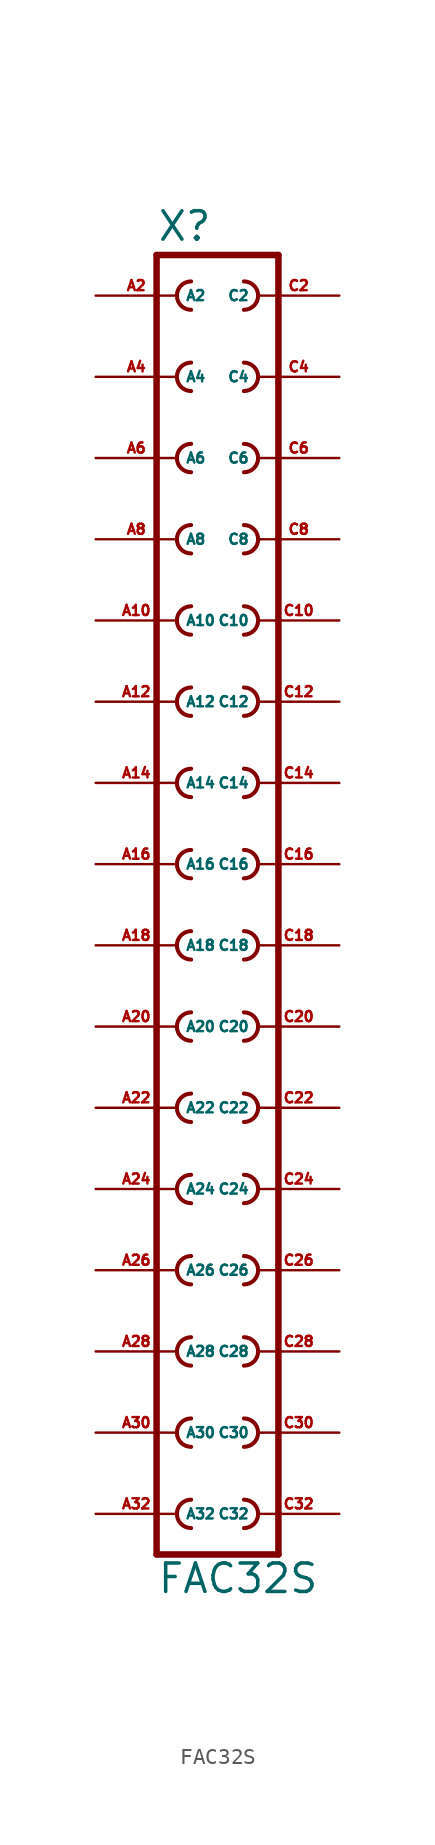
<source format=kicad_sym>
(kicad_symbol_lib
  (version 20220914)
  (generator Eagle2Kicad)
  (symbol "FAC32S"
    (property "Reference" "X"
      (at -3.81 38.862 0)
      (effects (font (size 1.778 1.778) (thickness 0.22)) (justify left bottom)))
    (property "Value" "FAC32S"
      (at -3.81 -45.72 0)
      (effects (font (size 1.778 1.778) (thickness 0.22)) (justify left bottom)))
    (polyline
      (pts (xy 3.81 -43.18) (xy -3.81 -43.18))
      (stroke (width 0.406) (type default))
      (fill (type none)))
    (polyline
      (pts (xy -3.81 38.1) (xy -3.81 -43.18))
      (stroke (width 0.406) (type default))
      (fill (type none)))
    (polyline
      (pts (xy -3.81 38.1) (xy 3.81 38.1))
      (stroke (width 0.406) (type default))
      (fill (type none)))
    (polyline
      (pts (xy 3.81 -43.18) (xy 3.81 38.1))
      (stroke (width 0.406) (type default))
      (fill (type none)))
    (arc
      (start -1.651 -39.751)
      (mid -2.540 -40.640)
      (end -1.651 -41.529)
      (stroke (width 0.254) (type default))
      (fill (type none)))
    (arc
      (start -1.651 -34.671)
      (mid -2.540 -35.560)
      (end -1.651 -36.449)
      (stroke (width 0.254) (type default))
      (fill (type none)))
    (arc
      (start -1.651 -29.591)
      (mid -2.540 -30.480)
      (end -1.651 -31.369)
      (stroke (width 0.254) (type default))
      (fill (type none)))
    (arc
      (start -1.651 -24.511)
      (mid -2.540 -25.400)
      (end -1.651 -26.289)
      (stroke (width 0.254) (type default))
      (fill (type none)))
    (arc
      (start -1.651 -19.431)
      (mid -2.540 -20.320)
      (end -1.651 -21.209)
      (stroke (width 0.254) (type default))
      (fill (type none)))
    (arc
      (start -1.651 -14.351)
      (mid -2.540 -15.240)
      (end -1.651 -16.129)
      (stroke (width 0.254) (type default))
      (fill (type none)))
    (arc
      (start -1.651 -9.271)
      (mid -2.540 -10.160)
      (end -1.651 -11.049)
      (stroke (width 0.254) (type default))
      (fill (type none)))
    (arc
      (start -1.651 -4.191)
      (mid -2.540 -5.080)
      (end -1.651 -5.969)
      (stroke (width 0.254) (type default))
      (fill (type none)))
    (arc
      (start -1.651 0.889)
      (mid -2.540 0.000)
      (end -1.651 -0.889)
      (stroke (width 0.254) (type default))
      (fill (type none)))
    (arc
      (start -1.651 5.969)
      (mid -2.540 5.080)
      (end -1.651 4.191)
      (stroke (width 0.254) (type default))
      (fill (type none)))
    (arc
      (start -1.651 11.049)
      (mid -2.540 10.160)
      (end -1.651 9.271)
      (stroke (width 0.254) (type default))
      (fill (type none)))
    (arc
      (start -1.651 16.129)
      (mid -2.540 15.240)
      (end -1.651 14.351)
      (stroke (width 0.254) (type default))
      (fill (type none)))
    (arc
      (start -1.651 21.209)
      (mid -2.540 20.320)
      (end -1.651 19.431)
      (stroke (width 0.254) (type default))
      (fill (type none)))
    (arc
      (start -1.651 26.289)
      (mid -2.540 25.400)
      (end -1.651 24.511)
      (stroke (width 0.254) (type default))
      (fill (type none)))
    (arc
      (start -1.651 31.369)
      (mid -2.540 30.480)
      (end -1.651 29.591)
      (stroke (width 0.254) (type default))
      (fill (type none)))
    (arc
      (start -1.651 36.449)
      (mid -2.540 35.560)
      (end -1.651 34.671)
      (stroke (width 0.254) (type default))
      (fill (type none)))
    (arc
      (start 1.651 -41.529)
      (mid 2.540 -40.640)
      (end 1.651 -39.751)
      (stroke (width 0.254) (type default))
      (fill (type none)))
    (arc
      (start 1.651 -36.449)
      (mid 2.540 -35.560)
      (end 1.651 -34.671)
      (stroke (width 0.254) (type default))
      (fill (type none)))
    (arc
      (start 1.651 -31.369)
      (mid 2.540 -30.480)
      (end 1.651 -29.591)
      (stroke (width 0.254) (type default))
      (fill (type none)))
    (arc
      (start 1.651 -26.289)
      (mid 2.540 -25.400)
      (end 1.651 -24.511)
      (stroke (width 0.254) (type default))
      (fill (type none)))
    (arc
      (start 1.651 -21.209)
      (mid 2.540 -20.320)
      (end 1.651 -19.431)
      (stroke (width 0.254) (type default))
      (fill (type none)))
    (arc
      (start 1.651 -16.129)
      (mid 2.540 -15.240)
      (end 1.651 -14.351)
      (stroke (width 0.254) (type default))
      (fill (type none)))
    (arc
      (start 1.651 -11.049)
      (mid 2.540 -10.160)
      (end 1.651 -9.271)
      (stroke (width 0.254) (type default))
      (fill (type none)))
    (arc
      (start 1.651 -5.969)
      (mid 2.540 -5.080)
      (end 1.651 -4.191)
      (stroke (width 0.254) (type default))
      (fill (type none)))
    (arc
      (start 1.651 -0.889)
      (mid 2.540 0.000)
      (end 1.651 0.889)
      (stroke (width 0.254) (type default))
      (fill (type none)))
    (arc
      (start 1.651 4.191)
      (mid 2.540 5.080)
      (end 1.651 5.969)
      (stroke (width 0.254) (type default))
      (fill (type none)))
    (arc
      (start 1.651 9.271)
      (mid 2.540 10.160)
      (end 1.651 11.049)
      (stroke (width 0.254) (type default))
      (fill (type none)))
    (arc
      (start 1.651 14.351)
      (mid 2.540 15.240)
      (end 1.651 16.129)
      (stroke (width 0.254) (type default))
      (fill (type none)))
    (arc
      (start 1.651 19.431)
      (mid 2.540 20.320)
      (end 1.651 21.209)
      (stroke (width 0.254) (type default))
      (fill (type none)))
    (arc
      (start 1.651 24.511)
      (mid 2.540 25.400)
      (end 1.651 26.289)
      (stroke (width 0.254) (type default))
      (fill (type none)))
    (arc
      (start 1.651 29.591)
      (mid 2.540 30.480)
      (end 1.651 31.369)
      (stroke (width 0.254) (type default))
      (fill (type none)))
    (arc
      (start 1.651 34.671)
      (mid 2.540 35.560)
      (end 1.651 36.449)
      (stroke (width 0.254) (type default))
      (fill (type none)))
    (pin passive line
      (at 7.62 35.56 180)
      (length 5.08)
      (name "C2" (effects (font (size 0.635 0.635) (thickness 0.08)) (justify left bottom)))
      (number "C2" (effects (font (size 0.635 0.635) (thickness 0.08)) (justify left bottom))))
    (pin passive line
      (at 7.62 30.48 180)
      (length 5.08)
      (name "C4" (effects (font (size 0.635 0.635) (thickness 0.08)) (justify left bottom)))
      (number "C4" (effects (font (size 0.635 0.635) (thickness 0.08)) (justify left bottom))))
    (pin passive line
      (at 7.62 25.4 180)
      (length 5.08)
      (name "C6" (effects (font (size 0.635 0.635) (thickness 0.08)) (justify left bottom)))
      (number "C6" (effects (font (size 0.635 0.635) (thickness 0.08)) (justify left bottom))))
    (pin passive line
      (at 7.62 20.32 180)
      (length 5.08)
      (name "C8" (effects (font (size 0.635 0.635) (thickness 0.08)) (justify left bottom)))
      (number "C8" (effects (font (size 0.635 0.635) (thickness 0.08)) (justify left bottom))))
    (pin passive line
      (at 7.62 15.24 180)
      (length 5.08)
      (name "C10" (effects (font (size 0.635 0.635) (thickness 0.08)) (justify left bottom)))
      (number "C10" (effects (font (size 0.635 0.635) (thickness 0.08)) (justify left bottom))))
    (pin passive line
      (at 7.62 10.16 180)
      (length 5.08)
      (name "C12" (effects (font (size 0.635 0.635) (thickness 0.08)) (justify left bottom)))
      (number "C12" (effects (font (size 0.635 0.635) (thickness 0.08)) (justify left bottom))))
    (pin passive line
      (at 7.62 5.08 180)
      (length 5.08)
      (name "C14" (effects (font (size 0.635 0.635) (thickness 0.08)) (justify left bottom)))
      (number "C14" (effects (font (size 0.635 0.635) (thickness 0.08)) (justify left bottom))))
    (pin passive line
      (at 7.62 0 180)
      (length 5.08)
      (name "C16" (effects (font (size 0.635 0.635) (thickness 0.08)) (justify left bottom)))
      (number "C16" (effects (font (size 0.635 0.635) (thickness 0.08)) (justify left bottom))))
    (pin passive line
      (at 7.62 -5.08 180)
      (length 5.08)
      (name "C18" (effects (font (size 0.635 0.635) (thickness 0.08)) (justify left bottom)))
      (number "C18" (effects (font (size 0.635 0.635) (thickness 0.08)) (justify left bottom))))
    (pin passive line
      (at 7.62 -10.16 180)
      (length 5.08)
      (name "C20" (effects (font (size 0.635 0.635) (thickness 0.08)) (justify left bottom)))
      (number "C20" (effects (font (size 0.635 0.635) (thickness 0.08)) (justify left bottom))))
    (pin passive line
      (at 7.62 -15.24 180)
      (length 5.08)
      (name "C22" (effects (font (size 0.635 0.635) (thickness 0.08)) (justify left bottom)))
      (number "C22" (effects (font (size 0.635 0.635) (thickness 0.08)) (justify left bottom))))
    (pin passive line
      (at 7.62 -20.32 180)
      (length 5.08)
      (name "C24" (effects (font (size 0.635 0.635) (thickness 0.08)) (justify left bottom)))
      (number "C24" (effects (font (size 0.635 0.635) (thickness 0.08)) (justify left bottom))))
    (pin passive line
      (at 7.62 -25.4 180)
      (length 5.08)
      (name "C26" (effects (font (size 0.635 0.635) (thickness 0.08)) (justify left bottom)))
      (number "C26" (effects (font (size 0.635 0.635) (thickness 0.08)) (justify left bottom))))
    (pin passive line
      (at 7.62 -30.48 180)
      (length 5.08)
      (name "C28" (effects (font (size 0.635 0.635) (thickness 0.08)) (justify left bottom)))
      (number "C28" (effects (font (size 0.635 0.635) (thickness 0.08)) (justify left bottom))))
    (pin passive line
      (at 7.62 -35.56 180)
      (length 5.08)
      (name "C30" (effects (font (size 0.635 0.635) (thickness 0.08)) (justify left bottom)))
      (number "C30" (effects (font (size 0.635 0.635) (thickness 0.08)) (justify left bottom))))
    (pin passive line
      (at 7.62 -40.64 180)
      (length 5.08)
      (name "C32" (effects (font (size 0.635 0.635) (thickness 0.08)) (justify left bottom)))
      (number "C32" (effects (font (size 0.635 0.635) (thickness 0.08)) (justify left bottom))))
    (pin passive line
      (at -7.62 35.56 0)
      (length 5.08)
      (name "A2" (effects (font (size 0.635 0.635) (thickness 0.08)) (justify left bottom)))
      (number "A2" (effects (font (size 0.635 0.635) (thickness 0.08)) (justify left bottom))))
    (pin passive line
      (at -7.62 30.48 0)
      (length 5.08)
      (name "A4" (effects (font (size 0.635 0.635) (thickness 0.08)) (justify left bottom)))
      (number "A4" (effects (font (size 0.635 0.635) (thickness 0.08)) (justify left bottom))))
    (pin passive line
      (at -7.62 25.4 0)
      (length 5.08)
      (name "A6" (effects (font (size 0.635 0.635) (thickness 0.08)) (justify left bottom)))
      (number "A6" (effects (font (size 0.635 0.635) (thickness 0.08)) (justify left bottom))))
    (pin passive line
      (at -7.62 20.32 0)
      (length 5.08)
      (name "A8" (effects (font (size 0.635 0.635) (thickness 0.08)) (justify left bottom)))
      (number "A8" (effects (font (size 0.635 0.635) (thickness 0.08)) (justify left bottom))))
    (pin passive line
      (at -7.62 15.24 0)
      (length 5.08)
      (name "A10" (effects (font (size 0.635 0.635) (thickness 0.08)) (justify left bottom)))
      (number "A10" (effects (font (size 0.635 0.635) (thickness 0.08)) (justify left bottom))))
    (pin passive line
      (at -7.62 10.16 0)
      (length 5.08)
      (name "A12" (effects (font (size 0.635 0.635) (thickness 0.08)) (justify left bottom)))
      (number "A12" (effects (font (size 0.635 0.635) (thickness 0.08)) (justify left bottom))))
    (pin passive line
      (at -7.62 5.08 0)
      (length 5.08)
      (name "A14" (effects (font (size 0.635 0.635) (thickness 0.08)) (justify left bottom)))
      (number "A14" (effects (font (size 0.635 0.635) (thickness 0.08)) (justify left bottom))))
    (pin passive line
      (at -7.62 0 0)
      (length 5.08)
      (name "A16" (effects (font (size 0.635 0.635) (thickness 0.08)) (justify left bottom)))
      (number "A16" (effects (font (size 0.635 0.635) (thickness 0.08)) (justify left bottom))))
    (pin passive line
      (at -7.62 -5.08 0)
      (length 5.08)
      (name "A18" (effects (font (size 0.635 0.635) (thickness 0.08)) (justify left bottom)))
      (number "A18" (effects (font (size 0.635 0.635) (thickness 0.08)) (justify left bottom))))
    (pin passive line
      (at -7.62 -10.16 0)
      (length 5.08)
      (name "A20" (effects (font (size 0.635 0.635) (thickness 0.08)) (justify left bottom)))
      (number "A20" (effects (font (size 0.635 0.635) (thickness 0.08)) (justify left bottom))))
    (pin passive line
      (at -7.62 -15.24 0)
      (length 5.08)
      (name "A22" (effects (font (size 0.635 0.635) (thickness 0.08)) (justify left bottom)))
      (number "A22" (effects (font (size 0.635 0.635) (thickness 0.08)) (justify left bottom))))
    (pin passive line
      (at -7.62 -20.32 0)
      (length 5.08)
      (name "A24" (effects (font (size 0.635 0.635) (thickness 0.08)) (justify left bottom)))
      (number "A24" (effects (font (size 0.635 0.635) (thickness 0.08)) (justify left bottom))))
    (pin passive line
      (at -7.62 -25.4 0)
      (length 5.08)
      (name "A26" (effects (font (size 0.635 0.635) (thickness 0.08)) (justify left bottom)))
      (number "A26" (effects (font (size 0.635 0.635) (thickness 0.08)) (justify left bottom))))
    (pin passive line
      (at -7.62 -30.48 0)
      (length 5.08)
      (name "A28" (effects (font (size 0.635 0.635) (thickness 0.08)) (justify left bottom)))
      (number "A28" (effects (font (size 0.635 0.635) (thickness 0.08)) (justify left bottom))))
    (pin passive line
      (at -7.62 -35.56 0)
      (length 5.08)
      (name "A30" (effects (font (size 0.635 0.635) (thickness 0.08)) (justify left bottom)))
      (number "A30" (effects (font (size 0.635 0.635) (thickness 0.08)) (justify left bottom))))
    (pin passive line
      (at -7.62 -40.64 0)
      (length 5.08)
      (name "A32" (effects (font (size 0.635 0.635) (thickness 0.08)) (justify left bottom)))
      (number "A32" (effects (font (size 0.635 0.635) (thickness 0.08)) (justify left bottom))))))
</source>
